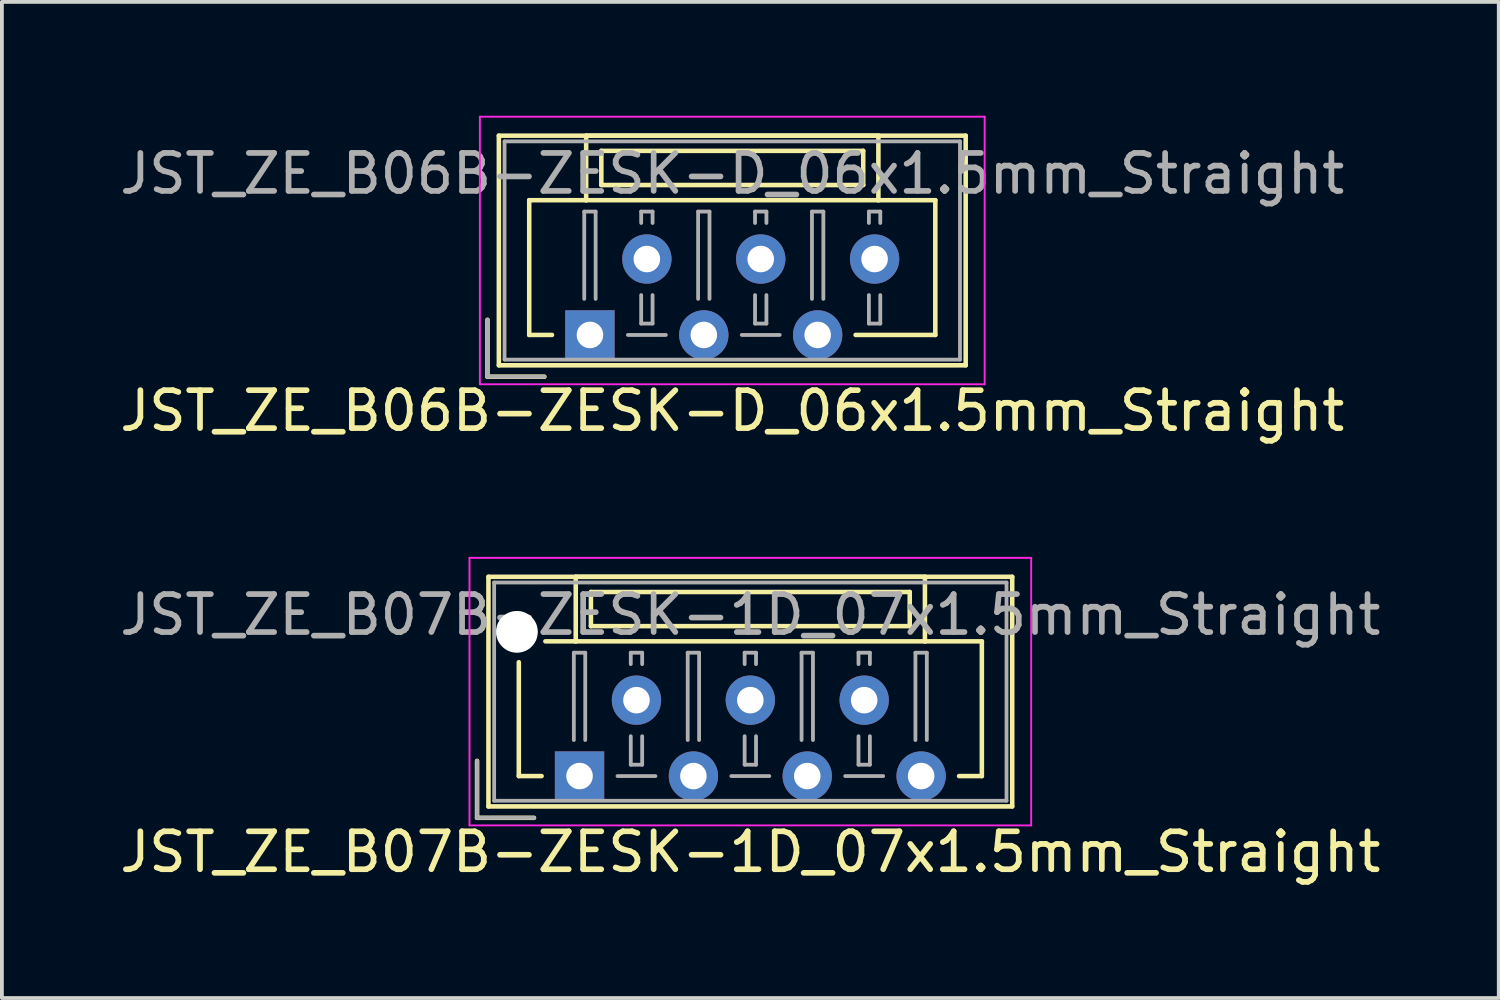
<source format=kicad_pcb>
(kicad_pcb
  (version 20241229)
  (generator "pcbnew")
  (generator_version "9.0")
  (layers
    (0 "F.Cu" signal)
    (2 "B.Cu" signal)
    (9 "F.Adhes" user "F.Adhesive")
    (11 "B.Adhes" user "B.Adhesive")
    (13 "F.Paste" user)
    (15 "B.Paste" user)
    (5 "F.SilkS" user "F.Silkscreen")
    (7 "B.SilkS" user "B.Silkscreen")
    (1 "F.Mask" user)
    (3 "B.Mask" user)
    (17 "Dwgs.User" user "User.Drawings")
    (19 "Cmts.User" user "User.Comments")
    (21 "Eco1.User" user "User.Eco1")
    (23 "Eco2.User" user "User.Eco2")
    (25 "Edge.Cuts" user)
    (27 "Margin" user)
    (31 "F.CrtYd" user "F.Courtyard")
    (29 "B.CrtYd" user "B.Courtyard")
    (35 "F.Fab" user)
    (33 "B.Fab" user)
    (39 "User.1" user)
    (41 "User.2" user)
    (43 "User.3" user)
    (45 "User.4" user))
  (footprint "JST_ZE_B07B-ZESK-1D_07x1.5mm_Straight"
    (layer "F.Cu")
    (at 12.22 17.398)
    (property "Reference" "JST_ZE_B07B-ZESK-1D_07x1.5mm_Straight" (at 4.5 2 0) (layer "F.SilkS") (effects (font (size 1 1) (thickness 0.15))))
    (attr through_hole)
    (fp_line (start -2.7 -0.4) (end -2.7 1.1) (stroke (width 0.12) (type solid)) (layer "F.SilkS"))
    (fp_line (start -2.7 1.1) (end -1.2 1.1) (stroke (width 0.12) (type solid)) (layer "F.SilkS"))
    (fp_line (start -2.4 -5.25) (end -2.4 0.8) (stroke (width 0.12) (type solid)) (layer "F.SilkS"))
    (fp_line (start -2.4 0.8) (end 11.4 0.8) (stroke (width 0.12) (type solid)) (layer "F.SilkS"))
    (fp_line (start -1.6 -3) (end -1.6 0) (stroke (width 0.12) (type solid)) (layer "F.SilkS"))
    (fp_line (start -1.6 0) (end -1 0) (stroke (width 0.12) (type solid)) (layer "F.SilkS"))
    (fp_line (start -0.1 -5.25) (end -0.1 -3.55) (stroke (width 0.12) (type solid)) (layer "F.SilkS"))
    (fp_line (start -0.1 -3.55) (end -0.9 -3.55) (stroke (width 0.12) (type solid)) (layer "F.SilkS"))
    (fp_line (start -0.1 -3.55) (end 9.1 -3.55) (stroke (width 0.12) (type solid)) (layer "F.SilkS"))
    (fp_line (start 0.3 -4.85) (end 0.3 -3.95) (stroke (width 0.12) (type solid)) (layer "F.SilkS"))
    (fp_line (start 0.3 -3.95) (end 8.7 -3.95) (stroke (width 0.12) (type solid)) (layer "F.SilkS"))
    (fp_line (start 8.7 -4.85) (end 0.3 -4.85) (stroke (width 0.12) (type solid)) (layer "F.SilkS"))
    (fp_line (start 8.7 -3.95) (end 8.7 -4.85) (stroke (width 0.12) (type solid)) (layer "F.SilkS"))
    (fp_line (start 9.1 -5.25) (end -0.1 -5.25) (stroke (width 0.12) (type solid)) (layer "F.SilkS"))
    (fp_line (start 9.1 -3.55) (end 9.1 -5.25) (stroke (width 0.12) (type solid)) (layer "F.SilkS"))
    (fp_line (start 9.1 -3.55) (end 10.6 -3.55) (stroke (width 0.12) (type solid)) (layer "F.SilkS"))
    (fp_line (start 10.6 -3.55) (end 10.6 0) (stroke (width 0.12) (type solid)) (layer "F.SilkS"))
    (fp_line (start 10.6 0) (end 10 0) (stroke (width 0.12) (type solid)) (layer "F.SilkS"))
    (fp_line (start 11.4 -5.25) (end -2.4 -5.25) (stroke (width 0.12) (type solid)) (layer "F.SilkS"))
    (fp_line (start 11.4 0.8) (end 11.4 -5.25) (stroke (width 0.12) (type solid)) (layer "F.SilkS"))
    (fp_line (start -2.9 -5.75) (end -2.9 1.3) (stroke (width 0.05) (type solid)) (layer "F.CrtYd"))
    (fp_line (start -2.9 1.3) (end 11.9 1.3) (stroke (width 0.05) (type solid)) (layer "F.CrtYd"))
    (fp_line (start 11.9 -5.75) (end -2.9 -5.75) (stroke (width 0.05) (type solid)) (layer "F.CrtYd"))
    (fp_line (start 11.9 1.3) (end 11.9 -5.75) (stroke (width 0.05) (type solid)) (layer "F.CrtYd"))
    (fp_line (start -2.7 -0.4) (end -2.7 1.1) (stroke (width 0.1) (type solid)) (layer "F.Fab"))
    (fp_line (start -2.7 1.1) (end -1.2 1.1) (stroke (width 0.1) (type solid)) (layer "F.Fab"))
    (fp_line (start -2.25 -5.1) (end -2.25 0.65) (stroke (width 0.1) (type solid)) (layer "F.Fab"))
    (fp_line (start -2.25 0.65) (end 11.25 0.65) (stroke (width 0.1) (type solid)) (layer "F.Fab"))
    (fp_line (start -0.15 -3.25) (end 0.15 -3.25) (stroke (width 0.1) (type solid)) (layer "F.Fab"))
    (fp_line (start -0.15 -0.95) (end -0.15 -3.25) (stroke (width 0.1) (type solid)) (layer "F.Fab"))
    (fp_line (start 0.15 -3.25) (end 0.15 -0.95) (stroke (width 0.1) (type solid)) (layer "F.Fab"))
    (fp_line (start 1 0) (end 2 0) (stroke (width 0.1) (type solid)) (layer "F.Fab"))
    (fp_line (start 1.35 -3.25) (end 1.65 -3.25) (stroke (width 0.1) (type solid)) (layer "F.Fab"))
    (fp_line (start 1.35 -2.95) (end 1.35 -3.25) (stroke (width 0.1) (type solid)) (layer "F.Fab"))
    (fp_line (start 1.35 -1.05) (end 1.35 -0.3) (stroke (width 0.1) (type solid)) (layer "F.Fab"))
    (fp_line (start 1.35 -0.3) (end 1.65 -0.3) (stroke (width 0.1) (type solid)) (layer "F.Fab"))
    (fp_line (start 1.65 -3.25) (end 1.65 -2.95) (stroke (width 0.1) (type solid)) (layer "F.Fab"))
    (fp_line (start 1.65 -0.3) (end 1.65 -1.05) (stroke (width 0.1) (type solid)) (layer "F.Fab"))
    (fp_line (start 2.85 -3.25) (end 3.15 -3.25) (stroke (width 0.1) (type solid)) (layer "F.Fab"))
    (fp_line (start 2.85 -0.95) (end 2.85 -3.25) (stroke (width 0.1) (type solid)) (layer "F.Fab"))
    (fp_line (start 3.15 -3.25) (end 3.15 -0.95) (stroke (width 0.1) (type solid)) (layer "F.Fab"))
    (fp_line (start 4 0) (end 5 0) (stroke (width 0.1) (type solid)) (layer "F.Fab"))
    (fp_line (start 4.35 -3.25) (end 4.65 -3.25) (stroke (width 0.1) (type solid)) (layer "F.Fab"))
    (fp_line (start 4.35 -2.95) (end 4.35 -3.25) (stroke (width 0.1) (type solid)) (layer "F.Fab"))
    (fp_line (start 4.35 -1.05) (end 4.35 -0.3) (stroke (width 0.1) (type solid)) (layer "F.Fab"))
    (fp_line (start 4.35 -0.3) (end 4.65 -0.3) (stroke (width 0.1) (type solid)) (layer "F.Fab"))
    (fp_line (start 4.65 -3.25) (end 4.65 -2.95) (stroke (width 0.1) (type solid)) (layer "F.Fab"))
    (fp_line (start 4.65 -0.3) (end 4.65 -1.05) (stroke (width 0.1) (type solid)) (layer "F.Fab"))
    (fp_line (start 5.85 -3.25) (end 6.15 -3.25) (stroke (width 0.1) (type solid)) (layer "F.Fab"))
    (fp_line (start 5.85 -0.95) (end 5.85 -3.25) (stroke (width 0.1) (type solid)) (layer "F.Fab"))
    (fp_line (start 6.15 -3.25) (end 6.15 -0.95) (stroke (width 0.1) (type solid)) (layer "F.Fab"))
    (fp_line (start 7 0) (end 8 0) (stroke (width 0.1) (type solid)) (layer "F.Fab"))
    (fp_line (start 7.35 -3.25) (end 7.65 -3.25) (stroke (width 0.1) (type solid)) (layer "F.Fab"))
    (fp_line (start 7.35 -2.95) (end 7.35 -3.25) (stroke (width 0.1) (type solid)) (layer "F.Fab"))
    (fp_line (start 7.35 -1.05) (end 7.35 -0.3) (stroke (width 0.1) (type solid)) (layer "F.Fab"))
    (fp_line (start 7.35 -0.3) (end 7.65 -0.3) (stroke (width 0.1) (type solid)) (layer "F.Fab"))
    (fp_line (start 7.65 -3.25) (end 7.65 -2.95) (stroke (width 0.1) (type solid)) (layer "F.Fab"))
    (fp_line (start 7.65 -0.3) (end 7.65 -1.05) (stroke (width 0.1) (type solid)) (layer "F.Fab"))
    (fp_line (start 8.85 -3.25) (end 9.15 -3.25) (stroke (width 0.1) (type solid)) (layer "F.Fab"))
    (fp_line (start 8.85 -0.95) (end 8.85 -3.25) (stroke (width 0.1) (type solid)) (layer "F.Fab"))
    (fp_line (start 9.15 -3.25) (end 9.15 -0.95) (stroke (width 0.1) (type solid)) (layer "F.Fab"))
    (fp_line (start 11.25 -5.1) (end -2.25 -5.1) (stroke (width 0.1) (type solid)) (layer "F.Fab"))
    (fp_line (start 11.25 0.65) (end 11.25 -5.1) (stroke (width 0.1) (type solid)) (layer "F.Fab"))
    (fp_text user "${REFERENCE}" (at 4.5 -4.25 0) (layer "F.Fab") (effects (font (size 1 1) (thickness 0.15))))
    (pad "" np_thru_hole circle (at -1.65 -3.8) (size 1.1 1.1) (drill 1.1) (layers "*.Cu"))
    (pad "1" thru_hole rect (at 0 0) (size 1.3 1.3) (drill 0.7) (layers "*.Cu" "*.Mask"))
    (pad "2" thru_hole circle (at 1.5 -2) (size 1.3 1.3) (drill 0.7) (layers "*.Cu" "*.Mask"))
    (pad "3" thru_hole circle (at 3 0) (size 1.3 1.3) (drill 0.7) (layers "*.Cu" "*.Mask"))
    (pad "4" thru_hole circle (at 4.5 -2) (size 1.3 1.3) (drill 0.7) (layers "*.Cu" "*.Mask"))
    (pad "5" thru_hole circle (at 6 0) (size 1.3 1.3) (drill 0.7) (layers "*.Cu" "*.Mask"))
    (pad "6" thru_hole circle (at 7.5 -2) (size 1.3 1.3) (drill 0.7) (layers "*.Cu" "*.Mask"))
    (pad "7" thru_hole circle (at 9 0) (size 1.3 1.3) (drill 0.7) (layers "*.Cu" "*.Mask")))
  (footprint "JST_ZE_B06B-ZESK-D_06x1.5mm_Straight"
    (layer "F.Cu")
    (at 12.494 5.775)
    (property "Reference" "JST_ZE_B06B-ZESK-D_06x1.5mm_Straight" (at 3.75 2 0) (layer "F.SilkS") (effects (font (size 1 1) (thickness 0.15))))
    (attr through_hole)
    (fp_line (start -2.7 -0.4) (end -2.7 1.1) (stroke (width 0.12) (type solid)) (layer "F.SilkS"))
    (fp_line (start -2.7 1.1) (end -1.2 1.1) (stroke (width 0.12) (type solid)) (layer "F.SilkS"))
    (fp_line (start -2.4 -5.25) (end -2.4 0.8) (stroke (width 0.12) (type solid)) (layer "F.SilkS"))
    (fp_line (start -2.4 0.8) (end 9.9 0.8) (stroke (width 0.12) (type solid)) (layer "F.SilkS"))
    (fp_line (start -1.6 -3.55) (end -1.6 0) (stroke (width 0.12) (type solid)) (layer "F.SilkS"))
    (fp_line (start -1.6 0) (end -1 0) (stroke (width 0.12) (type solid)) (layer "F.SilkS"))
    (fp_line (start -0.1 -5.25) (end -0.1 -3.55) (stroke (width 0.12) (type solid)) (layer "F.SilkS"))
    (fp_line (start -0.1 -3.55) (end -1.6 -3.55) (stroke (width 0.12) (type solid)) (layer "F.SilkS"))
    (fp_line (start -0.1 -3.55) (end 7.6 -3.55) (stroke (width 0.12) (type solid)) (layer "F.SilkS"))
    (fp_line (start 0.3 -4.85) (end 0.3 -3.95) (stroke (width 0.12) (type solid)) (layer "F.SilkS"))
    (fp_line (start 0.3 -3.95) (end 7.2 -3.95) (stroke (width 0.12) (type solid)) (layer "F.SilkS"))
    (fp_line (start 7.2 -4.85) (end 0.3 -4.85) (stroke (width 0.12) (type solid)) (layer "F.SilkS"))
    (fp_line (start 7.2 -3.95) (end 7.2 -4.85) (stroke (width 0.12) (type solid)) (layer "F.SilkS"))
    (fp_line (start 7.6 -5.25) (end -0.1 -5.25) (stroke (width 0.12) (type solid)) (layer "F.SilkS"))
    (fp_line (start 7.6 -3.55) (end 7.6 -5.25) (stroke (width 0.12) (type solid)) (layer "F.SilkS"))
    (fp_line (start 7.6 -3.55) (end 9.1 -3.55) (stroke (width 0.12) (type solid)) (layer "F.SilkS"))
    (fp_line (start 9.1 -3.55) (end 9.1 0) (stroke (width 0.12) (type solid)) (layer "F.SilkS"))
    (fp_line (start 9.1 0) (end 7 0) (stroke (width 0.12) (type solid)) (layer "F.SilkS"))
    (fp_line (start 9.9 -5.25) (end -2.4 -5.25) (stroke (width 0.12) (type solid)) (layer "F.SilkS"))
    (fp_line (start 9.9 0.8) (end 9.9 -5.25) (stroke (width 0.12) (type solid)) (layer "F.SilkS"))
    (fp_line (start -2.9 -5.75) (end -2.9 1.3) (stroke (width 0.05) (type solid)) (layer "F.CrtYd"))
    (fp_line (start -2.9 1.3) (end 10.4 1.3) (stroke (width 0.05) (type solid)) (layer "F.CrtYd"))
    (fp_line (start 10.4 -5.75) (end -2.9 -5.75) (stroke (width 0.05) (type solid)) (layer "F.CrtYd"))
    (fp_line (start 10.4 1.3) (end 10.4 -5.75) (stroke (width 0.05) (type solid)) (layer "F.CrtYd"))
    (fp_line (start -2.7 -0.4) (end -2.7 1.1) (stroke (width 0.1) (type solid)) (layer "F.Fab"))
    (fp_line (start -2.7 1.1) (end -1.2 1.1) (stroke (width 0.1) (type solid)) (layer "F.Fab"))
    (fp_line (start -2.25 -5.1) (end -2.25 0.65) (stroke (width 0.1) (type solid)) (layer "F.Fab"))
    (fp_line (start -2.25 0.65) (end 9.75 0.65) (stroke (width 0.1) (type solid)) (layer "F.Fab"))
    (fp_line (start -0.15 -3.25) (end 0.15 -3.25) (stroke (width 0.1) (type solid)) (layer "F.Fab"))
    (fp_line (start -0.15 -0.95) (end -0.15 -3.25) (stroke (width 0.1) (type solid)) (layer "F.Fab"))
    (fp_line (start 0.15 -3.25) (end 0.15 -0.95) (stroke (width 0.1) (type solid)) (layer "F.Fab"))
    (fp_line (start 1 0) (end 2 0) (stroke (width 0.1) (type solid)) (layer "F.Fab"))
    (fp_line (start 1.35 -3.25) (end 1.65 -3.25) (stroke (width 0.1) (type solid)) (layer "F.Fab"))
    (fp_line (start 1.35 -2.95) (end 1.35 -3.25) (stroke (width 0.1) (type solid)) (layer "F.Fab"))
    (fp_line (start 1.35 -1.05) (end 1.35 -0.3) (stroke (width 0.1) (type solid)) (layer "F.Fab"))
    (fp_line (start 1.35 -0.3) (end 1.65 -0.3) (stroke (width 0.1) (type solid)) (layer "F.Fab"))
    (fp_line (start 1.65 -3.25) (end 1.65 -2.95) (stroke (width 0.1) (type solid)) (layer "F.Fab"))
    (fp_line (start 1.65 -0.3) (end 1.65 -1.05) (stroke (width 0.1) (type solid)) (layer "F.Fab"))
    (fp_line (start 2.85 -3.25) (end 3.15 -3.25) (stroke (width 0.1) (type solid)) (layer "F.Fab"))
    (fp_line (start 2.85 -0.95) (end 2.85 -3.25) (stroke (width 0.1) (type solid)) (layer "F.Fab"))
    (fp_line (start 3.15 -3.25) (end 3.15 -0.95) (stroke (width 0.1) (type solid)) (layer "F.Fab"))
    (fp_line (start 4 0) (end 5 0) (stroke (width 0.1) (type solid)) (layer "F.Fab"))
    (fp_line (start 4.35 -3.25) (end 4.65 -3.25) (stroke (width 0.1) (type solid)) (layer "F.Fab"))
    (fp_line (start 4.35 -2.95) (end 4.35 -3.25) (stroke (width 0.1) (type solid)) (layer "F.Fab"))
    (fp_line (start 4.35 -1.05) (end 4.35 -0.3) (stroke (width 0.1) (type solid)) (layer "F.Fab"))
    (fp_line (start 4.35 -0.3) (end 4.65 -0.3) (stroke (width 0.1) (type solid)) (layer "F.Fab"))
    (fp_line (start 4.65 -3.25) (end 4.65 -2.95) (stroke (width 0.1) (type solid)) (layer "F.Fab"))
    (fp_line (start 4.65 -0.3) (end 4.65 -1.05) (stroke (width 0.1) (type solid)) (layer "F.Fab"))
    (fp_line (start 5.85 -3.25) (end 6.15 -3.25) (stroke (width 0.1) (type solid)) (layer "F.Fab"))
    (fp_line (start 5.85 -0.95) (end 5.85 -3.25) (stroke (width 0.1) (type solid)) (layer "F.Fab"))
    (fp_line (start 6.15 -3.25) (end 6.15 -0.95) (stroke (width 0.1) (type solid)) (layer "F.Fab"))
    (fp_line (start 7.35 -3.25) (end 7.65 -3.25) (stroke (width 0.1) (type solid)) (layer "F.Fab"))
    (fp_line (start 7.35 -2.95) (end 7.35 -3.25) (stroke (width 0.1) (type solid)) (layer "F.Fab"))
    (fp_line (start 7.35 -1.05) (end 7.35 -0.3) (stroke (width 0.1) (type solid)) (layer "F.Fab"))
    (fp_line (start 7.35 -0.3) (end 7.65 -0.3) (stroke (width 0.1) (type solid)) (layer "F.Fab"))
    (fp_line (start 7.65 -3.25) (end 7.65 -2.95) (stroke (width 0.1) (type solid)) (layer "F.Fab"))
    (fp_line (start 7.65 -0.3) (end 7.65 -1.05) (stroke (width 0.1) (type solid)) (layer "F.Fab"))
    (fp_line (start 9.75 -5.1) (end -2.25 -5.1) (stroke (width 0.1) (type solid)) (layer "F.Fab"))
    (fp_line (start 9.75 0.65) (end 9.75 -5.1) (stroke (width 0.1) (type solid)) (layer "F.Fab"))
    (fp_text user "${REFERENCE}" (at 3.75 -4.25 0) (layer "F.Fab") (effects (font (size 1 1) (thickness 0.15))))
    (pad "1" thru_hole rect (at 0 0) (size 1.3 1.3) (drill 0.7) (layers "*.Cu" "*.Mask"))
    (pad "2" thru_hole circle (at 1.5 -2) (size 1.3 1.3) (drill 0.7) (layers "*.Cu" "*.Mask"))
    (pad "3" thru_hole circle (at 3 0) (size 1.3 1.3) (drill 0.7) (layers "*.Cu" "*.Mask"))
    (pad "4" thru_hole circle (at 4.5 -2) (size 1.3 1.3) (drill 0.7) (layers "*.Cu" "*.Mask"))
    (pad "5" thru_hole circle (at 6 0) (size 1.3 1.3) (drill 0.7) (layers "*.Cu" "*.Mask"))
    (pad "6" thru_hole circle (at 7.5 -2) (size 1.3 1.3) (drill 0.7) (layers "*.Cu" "*.Mask")))
  (gr_rect
    (start -3 -3)
    (end 36.44 23.247)
    (stroke (width 0.1) (type default))
    (fill no)
    (layer "Edge.Cuts")))
</source>
